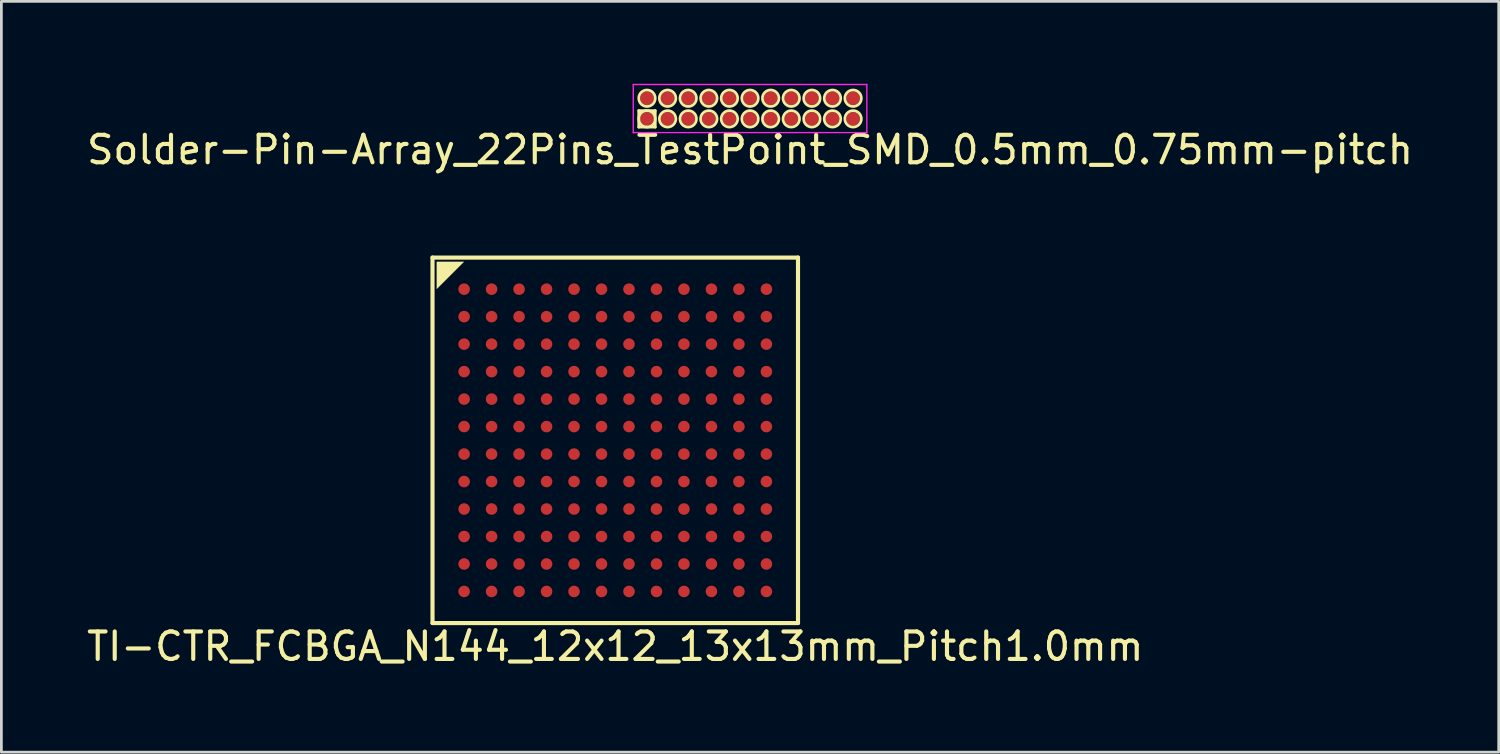
<source format=kicad_pcb>
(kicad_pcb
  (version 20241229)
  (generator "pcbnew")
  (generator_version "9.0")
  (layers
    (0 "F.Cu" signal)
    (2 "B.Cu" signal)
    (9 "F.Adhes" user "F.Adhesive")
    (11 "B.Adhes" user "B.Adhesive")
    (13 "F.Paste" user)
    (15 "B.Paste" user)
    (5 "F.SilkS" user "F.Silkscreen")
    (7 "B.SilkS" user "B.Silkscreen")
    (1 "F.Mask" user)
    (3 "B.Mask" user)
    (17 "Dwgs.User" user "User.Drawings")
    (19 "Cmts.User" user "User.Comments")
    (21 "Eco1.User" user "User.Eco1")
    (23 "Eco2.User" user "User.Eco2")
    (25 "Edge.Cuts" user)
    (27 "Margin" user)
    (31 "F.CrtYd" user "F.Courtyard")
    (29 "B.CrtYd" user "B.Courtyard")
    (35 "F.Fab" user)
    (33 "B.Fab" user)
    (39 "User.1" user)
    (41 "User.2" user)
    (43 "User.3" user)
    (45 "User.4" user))
  (footprint "TI-CTR_FCBGA_N144_12x12_13x13mm_Pitch1.0mm"
    (layer "F.Cu")
    (at 19.339 12.973)
    (property "Reference" "TI-CTR_FCBGA_N144_12x12_13x13mm_Pitch1.0mm" (at 0 7.5 0) (layer "F.SilkS") (effects (font (size 1 1) (thickness 0.15))))
    (attr through_hole)
    (fp_line (start -6.65 -6.65) (end -6.65 6.65) (stroke (width 0.15) (type solid)) (layer "F.SilkS"))
    (fp_line (start -6.65 6.65) (end 6.65 6.65) (stroke (width 0.15) (type solid)) (layer "F.SilkS"))
    (fp_line (start 6.65 -6.65) (end -6.65 -6.65) (stroke (width 0.15) (type solid)) (layer "F.SilkS"))
    (fp_line (start 6.65 6.65) (end 6.65 -6.65) (stroke (width 0.15) (type solid)) (layer "F.SilkS"))
    (fp_poly (pts (xy -6.5 -6.5) (xy -5.5 -6.5) (xy -6.5 -5.5)) (stroke (width 0) (type solid)) (fill yes) (layer "F.SilkS"))
    (pad "A1" smd circle (at -5.5 -5.5) (size 0.42 0.42) (layers "F.Cu" "F.Mask" "F.Paste"))
    (pad "A2" smd circle (at -4.5 -5.5) (size 0.42 0.42) (layers "F.Cu" "F.Mask" "F.Paste"))
    (pad "A3" smd circle (at -3.5 -5.5) (size 0.42 0.42) (layers "F.Cu" "F.Mask" "F.Paste"))
    (pad "A4" smd circle (at -2.5 -5.5) (size 0.42 0.42) (layers "F.Cu" "F.Mask" "F.Paste"))
    (pad "A5" smd circle (at -1.5 -5.5) (size 0.42 0.42) (layers "F.Cu" "F.Mask" "F.Paste"))
    (pad "A6" smd circle (at -0.5 -5.5) (size 0.42 0.42) (layers "F.Cu" "F.Mask" "F.Paste"))
    (pad "A7" smd circle (at 0.5 -5.5) (size 0.42 0.42) (layers "F.Cu" "F.Mask" "F.Paste"))
    (pad "A8" smd circle (at 1.5 -5.5) (size 0.42 0.42) (layers "F.Cu" "F.Mask" "F.Paste"))
    (pad "A9" smd circle (at 2.5 -5.5) (size 0.42 0.42) (layers "F.Cu" "F.Mask" "F.Paste"))
    (pad "A10" smd circle (at 3.5 -5.5) (size 0.42 0.42) (layers "F.Cu" "F.Mask" "F.Paste"))
    (pad "A11" smd circle (at 4.5 -5.5) (size 0.42 0.42) (layers "F.Cu" "F.Mask" "F.Paste"))
    (pad "A12" smd circle (at 5.5 -5.5) (size 0.42 0.42) (layers "F.Cu" "F.Mask" "F.Paste"))
    (pad "B1" smd circle (at -5.5 -4.5) (size 0.42 0.42) (layers "F.Cu" "F.Mask" "F.Paste"))
    (pad "B2" smd circle (at -4.5 -4.5) (size 0.42 0.42) (layers "F.Cu" "F.Mask" "F.Paste"))
    (pad "B3" smd circle (at -3.5 -4.5) (size 0.42 0.42) (layers "F.Cu" "F.Mask" "F.Paste"))
    (pad "B4" smd circle (at -2.5 -4.5) (size 0.42 0.42) (layers "F.Cu" "F.Mask" "F.Paste"))
    (pad "B5" smd circle (at -1.5 -4.5) (size 0.42 0.42) (layers "F.Cu" "F.Mask" "F.Paste"))
    (pad "B6" smd circle (at -0.5 -4.5) (size 0.42 0.42) (layers "F.Cu" "F.Mask" "F.Paste"))
    (pad "B7" smd circle (at 0.5 -4.5) (size 0.42 0.42) (layers "F.Cu" "F.Mask" "F.Paste"))
    (pad "B8" smd circle (at 1.5 -4.5) (size 0.42 0.42) (layers "F.Cu" "F.Mask" "F.Paste"))
    (pad "B9" smd circle (at 2.5 -4.5) (size 0.42 0.42) (layers "F.Cu" "F.Mask" "F.Paste"))
    (pad "B10" smd circle (at 3.5 -4.5) (size 0.42 0.42) (layers "F.Cu" "F.Mask" "F.Paste"))
    (pad "B11" smd circle (at 4.5 -4.5) (size 0.42 0.42) (layers "F.Cu" "F.Mask" "F.Paste"))
    (pad "B12" smd circle (at 5.5 -4.5) (size 0.42 0.42) (layers "F.Cu" "F.Mask" "F.Paste"))
    (pad "C1" smd circle (at -5.5 -3.5) (size 0.42 0.42) (layers "F.Cu" "F.Mask" "F.Paste"))
    (pad "C2" smd circle (at -4.5 -3.5) (size 0.42 0.42) (layers "F.Cu" "F.Mask" "F.Paste"))
    (pad "C3" smd circle (at -3.5 -3.5) (size 0.42 0.42) (layers "F.Cu" "F.Mask" "F.Paste"))
    (pad "C4" smd circle (at -2.5 -3.5) (size 0.42 0.42) (layers "F.Cu" "F.Mask" "F.Paste"))
    (pad "C5" smd circle (at -1.5 -3.5) (size 0.42 0.42) (layers "F.Cu" "F.Mask" "F.Paste"))
    (pad "C6" smd circle (at -0.5 -3.5) (size 0.42 0.42) (layers "F.Cu" "F.Mask" "F.Paste"))
    (pad "C7" smd circle (at 0.5 -3.5) (size 0.42 0.42) (layers "F.Cu" "F.Mask" "F.Paste"))
    (pad "C8" smd circle (at 1.5 -3.5) (size 0.42 0.42) (layers "F.Cu" "F.Mask" "F.Paste"))
    (pad "C9" smd circle (at 2.5 -3.5) (size 0.42 0.42) (layers "F.Cu" "F.Mask" "F.Paste"))
    (pad "C10" smd circle (at 3.5 -3.5) (size 0.42 0.42) (layers "F.Cu" "F.Mask" "F.Paste"))
    (pad "C11" smd circle (at 4.5 -3.5) (size 0.42 0.42) (layers "F.Cu" "F.Mask" "F.Paste"))
    (pad "C12" smd circle (at 5.5 -3.5) (size 0.42 0.42) (layers "F.Cu" "F.Mask" "F.Paste"))
    (pad "D1" smd circle (at -5.5 -2.5) (size 0.42 0.42) (layers "F.Cu" "F.Mask" "F.Paste"))
    (pad "D2" smd circle (at -4.5 -2.5) (size 0.42 0.42) (layers "F.Cu" "F.Mask" "F.Paste"))
    (pad "D3" smd circle (at -3.5 -2.5) (size 0.42 0.42) (layers "F.Cu" "F.Mask" "F.Paste"))
    (pad "D4" smd circle (at -2.5 -2.5) (size 0.42 0.42) (layers "F.Cu" "F.Mask" "F.Paste"))
    (pad "D5" smd circle (at -1.5 -2.5) (size 0.42 0.42) (layers "F.Cu" "F.Mask" "F.Paste"))
    (pad "D6" smd circle (at -0.5 -2.5) (size 0.42 0.42) (layers "F.Cu" "F.Mask" "F.Paste"))
    (pad "D7" smd circle (at 0.5 -2.5) (size 0.42 0.42) (layers "F.Cu" "F.Mask" "F.Paste"))
    (pad "D8" smd circle (at 1.5 -2.5) (size 0.42 0.42) (layers "F.Cu" "F.Mask" "F.Paste"))
    (pad "D9" smd circle (at 2.5 -2.5) (size 0.42 0.42) (layers "F.Cu" "F.Mask" "F.Paste"))
    (pad "D10" smd circle (at 3.5 -2.5) (size 0.42 0.42) (layers "F.Cu" "F.Mask" "F.Paste"))
    (pad "D11" smd circle (at 4.5 -2.5) (size 0.42 0.42) (layers "F.Cu" "F.Mask" "F.Paste"))
    (pad "D12" smd circle (at 5.5 -2.5) (size 0.42 0.42) (layers "F.Cu" "F.Mask" "F.Paste"))
    (pad "E1" smd circle (at -5.5 -1.5) (size 0.42 0.42) (layers "F.Cu" "F.Mask" "F.Paste"))
    (pad "E2" smd circle (at -4.5 -1.5) (size 0.42 0.42) (layers "F.Cu" "F.Mask" "F.Paste"))
    (pad "E3" smd circle (at -3.5 -1.5) (size 0.42 0.42) (layers "F.Cu" "F.Mask" "F.Paste"))
    (pad "E4" smd circle (at -2.5 -1.5) (size 0.42 0.42) (layers "F.Cu" "F.Mask" "F.Paste"))
    (pad "E5" smd circle (at -1.5 -1.5) (size 0.42 0.42) (layers "F.Cu" "F.Mask" "F.Paste"))
    (pad "E6" smd circle (at -0.5 -1.5) (size 0.42 0.42) (layers "F.Cu" "F.Mask" "F.Paste"))
    (pad "E7" smd circle (at 0.5 -1.5) (size 0.42 0.42) (layers "F.Cu" "F.Mask" "F.Paste"))
    (pad "E8" smd circle (at 1.5 -1.5) (size 0.42 0.42) (layers "F.Cu" "F.Mask" "F.Paste"))
    (pad "E9" smd circle (at 2.5 -1.5) (size 0.42 0.42) (layers "F.Cu" "F.Mask" "F.Paste"))
    (pad "E10" smd circle (at 3.5 -1.5) (size 0.42 0.42) (layers "F.Cu" "F.Mask" "F.Paste"))
    (pad "E11" smd circle (at 4.5 -1.5) (size 0.42 0.42) (layers "F.Cu" "F.Mask" "F.Paste"))
    (pad "E12" smd circle (at 5.5 -1.5) (size 0.42 0.42) (layers "F.Cu" "F.Mask" "F.Paste"))
    (pad "F1" smd circle (at -5.5 -0.5) (size 0.42 0.42) (layers "F.Cu" "F.Mask" "F.Paste"))
    (pad "F2" smd circle (at -4.5 -0.5) (size 0.42 0.42) (layers "F.Cu" "F.Mask" "F.Paste"))
    (pad "F3" smd circle (at -3.5 -0.5) (size 0.42 0.42) (layers "F.Cu" "F.Mask" "F.Paste"))
    (pad "F4" smd circle (at -2.5 -0.5) (size 0.42 0.42) (layers "F.Cu" "F.Mask" "F.Paste"))
    (pad "F5" smd circle (at -1.5 -0.5) (size 0.42 0.42) (layers "F.Cu" "F.Mask" "F.Paste"))
    (pad "F6" smd circle (at -0.5 -0.5) (size 0.42 0.42) (layers "F.Cu" "F.Mask" "F.Paste"))
    (pad "F7" smd circle (at 0.5 -0.5) (size 0.42 0.42) (layers "F.Cu" "F.Mask" "F.Paste"))
    (pad "F8" smd circle (at 1.5 -0.5) (size 0.42 0.42) (layers "F.Cu" "F.Mask" "F.Paste"))
    (pad "F9" smd circle (at 2.5 -0.5) (size 0.42 0.42) (layers "F.Cu" "F.Mask" "F.Paste"))
    (pad "F10" smd circle (at 3.5 -0.5) (size 0.42 0.42) (layers "F.Cu" "F.Mask" "F.Paste"))
    (pad "F11" smd circle (at 4.5 -0.5) (size 0.42 0.42) (layers "F.Cu" "F.Mask" "F.Paste"))
    (pad "F12" smd circle (at 5.5 -0.5) (size 0.42 0.42) (layers "F.Cu" "F.Mask" "F.Paste"))
    (pad "G1" smd circle (at -5.5 0.5) (size 0.42 0.42) (layers "F.Cu" "F.Mask" "F.Paste"))
    (pad "G2" smd circle (at -4.5 0.5) (size 0.42 0.42) (layers "F.Cu" "F.Mask" "F.Paste"))
    (pad "G3" smd circle (at -3.5 0.5) (size 0.42 0.42) (layers "F.Cu" "F.Mask" "F.Paste"))
    (pad "G4" smd circle (at -2.5 0.5) (size 0.42 0.42) (layers "F.Cu" "F.Mask" "F.Paste"))
    (pad "G5" smd circle (at -1.5 0.5) (size 0.42 0.42) (layers "F.Cu" "F.Mask" "F.Paste"))
    (pad "G6" smd circle (at -0.5 0.5) (size 0.42 0.42) (layers "F.Cu" "F.Mask" "F.Paste"))
    (pad "G7" smd circle (at 0.5 0.5) (size 0.42 0.42) (layers "F.Cu" "F.Mask" "F.Paste"))
    (pad "G8" smd circle (at 1.5 0.5) (size 0.42 0.42) (layers "F.Cu" "F.Mask" "F.Paste"))
    (pad "G9" smd circle (at 2.5 0.5) (size 0.42 0.42) (layers "F.Cu" "F.Mask" "F.Paste"))
    (pad "G10" smd circle (at 3.5 0.5) (size 0.42 0.42) (layers "F.Cu" "F.Mask" "F.Paste"))
    (pad "G11" smd circle (at 4.5 0.5) (size 0.42 0.42) (layers "F.Cu" "F.Mask" "F.Paste"))
    (pad "G12" smd circle (at 5.5 0.5) (size 0.42 0.42) (layers "F.Cu" "F.Mask" "F.Paste"))
    (pad "H1" smd circle (at -5.5 1.5) (size 0.42 0.42) (layers "F.Cu" "F.Mask" "F.Paste"))
    (pad "H2" smd circle (at -4.5 1.5) (size 0.42 0.42) (layers "F.Cu" "F.Mask" "F.Paste"))
    (pad "H3" smd circle (at -3.5 1.5) (size 0.42 0.42) (layers "F.Cu" "F.Mask" "F.Paste"))
    (pad "H4" smd circle (at -2.5 1.5) (size 0.42 0.42) (layers "F.Cu" "F.Mask" "F.Paste"))
    (pad "H5" smd circle (at -1.5 1.5) (size 0.42 0.42) (layers "F.Cu" "F.Mask" "F.Paste"))
    (pad "H6" smd circle (at -0.5 1.5) (size 0.42 0.42) (layers "F.Cu" "F.Mask" "F.Paste"))
    (pad "H7" smd circle (at 0.5 1.5) (size 0.42 0.42) (layers "F.Cu" "F.Mask" "F.Paste"))
    (pad "H8" smd circle (at 1.5 1.5) (size 0.42 0.42) (layers "F.Cu" "F.Mask" "F.Paste"))
    (pad "H9" smd circle (at 2.5 1.5) (size 0.42 0.42) (layers "F.Cu" "F.Mask" "F.Paste"))
    (pad "H10" smd circle (at 3.5 1.5) (size 0.42 0.42) (layers "F.Cu" "F.Mask" "F.Paste"))
    (pad "H11" smd circle (at 4.5 1.5) (size 0.42 0.42) (layers "F.Cu" "F.Mask" "F.Paste"))
    (pad "H12" smd circle (at 5.5 1.5) (size 0.42 0.42) (layers "F.Cu" "F.Mask" "F.Paste"))
    (pad "J1" smd circle (at -5.5 2.5) (size 0.42 0.42) (layers "F.Cu" "F.Mask" "F.Paste"))
    (pad "J2" smd circle (at -4.5 2.5) (size 0.42 0.42) (layers "F.Cu" "F.Mask" "F.Paste"))
    (pad "J3" smd circle (at -3.5 2.5) (size 0.42 0.42) (layers "F.Cu" "F.Mask" "F.Paste"))
    (pad "J4" smd circle (at -2.5 2.5) (size 0.42 0.42) (layers "F.Cu" "F.Mask" "F.Paste"))
    (pad "J5" smd circle (at -1.5 2.5) (size 0.42 0.42) (layers "F.Cu" "F.Mask" "F.Paste"))
    (pad "J6" smd circle (at -0.5 2.5) (size 0.42 0.42) (layers "F.Cu" "F.Mask" "F.Paste"))
    (pad "J7" smd circle (at 0.5 2.5) (size 0.42 0.42) (layers "F.Cu" "F.Mask" "F.Paste"))
    (pad "J8" smd circle (at 1.5 2.5) (size 0.42 0.42) (layers "F.Cu" "F.Mask" "F.Paste"))
    (pad "J9" smd circle (at 2.5 2.5) (size 0.42 0.42) (layers "F.Cu" "F.Mask" "F.Paste"))
    (pad "J10" smd circle (at 3.5 2.5) (size 0.42 0.42) (layers "F.Cu" "F.Mask" "F.Paste"))
    (pad "J11" smd circle (at 4.5 2.5) (size 0.42 0.42) (layers "F.Cu" "F.Mask" "F.Paste"))
    (pad "J12" smd circle (at 5.5 2.5) (size 0.42 0.42) (layers "F.Cu" "F.Mask" "F.Paste"))
    (pad "K1" smd circle (at -5.5 3.5) (size 0.42 0.42) (layers "F.Cu" "F.Mask" "F.Paste"))
    (pad "K2" smd circle (at -4.5 3.5) (size 0.42 0.42) (layers "F.Cu" "F.Mask" "F.Paste"))
    (pad "K3" smd circle (at -3.5 3.5) (size 0.42 0.42) (layers "F.Cu" "F.Mask" "F.Paste"))
    (pad "K4" smd circle (at -2.5 3.5) (size 0.42 0.42) (layers "F.Cu" "F.Mask" "F.Paste"))
    (pad "K5" smd circle (at -1.5 3.5) (size 0.42 0.42) (layers "F.Cu" "F.Mask" "F.Paste"))
    (pad "K6" smd circle (at -0.5 3.5) (size 0.42 0.42) (layers "F.Cu" "F.Mask" "F.Paste"))
    (pad "K7" smd circle (at 0.5 3.5) (size 0.42 0.42) (layers "F.Cu" "F.Mask" "F.Paste"))
    (pad "K8" smd circle (at 1.5 3.5) (size 0.42 0.42) (layers "F.Cu" "F.Mask" "F.Paste"))
    (pad "K9" smd circle (at 2.5 3.5) (size 0.42 0.42) (layers "F.Cu" "F.Mask" "F.Paste"))
    (pad "K10" smd circle (at 3.5 3.5) (size 0.42 0.42) (layers "F.Cu" "F.Mask" "F.Paste"))
    (pad "K11" smd circle (at 4.5 3.5) (size 0.42 0.42) (layers "F.Cu" "F.Mask" "F.Paste"))
    (pad "K12" smd circle (at 5.5 3.5) (size 0.42 0.42) (layers "F.Cu" "F.Mask" "F.Paste"))
    (pad "L1" smd circle (at -5.5 4.5) (size 0.42 0.42) (layers "F.Cu" "F.Mask" "F.Paste"))
    (pad "L2" smd circle (at -4.5 4.5) (size 0.42 0.42) (layers "F.Cu" "F.Mask" "F.Paste"))
    (pad "L3" smd circle (at -3.5 4.5) (size 0.42 0.42) (layers "F.Cu" "F.Mask" "F.Paste"))
    (pad "L4" smd circle (at -2.5 4.5) (size 0.42 0.42) (layers "F.Cu" "F.Mask" "F.Paste"))
    (pad "L5" smd circle (at -1.5 4.5) (size 0.42 0.42) (layers "F.Cu" "F.Mask" "F.Paste"))
    (pad "L6" smd circle (at -0.5 4.5) (size 0.42 0.42) (layers "F.Cu" "F.Mask" "F.Paste"))
    (pad "L7" smd circle (at 0.5 4.5) (size 0.42 0.42) (layers "F.Cu" "F.Mask" "F.Paste"))
    (pad "L8" smd circle (at 1.5 4.5) (size 0.42 0.42) (layers "F.Cu" "F.Mask" "F.Paste"))
    (pad "L9" smd circle (at 2.5 4.5) (size 0.42 0.42) (layers "F.Cu" "F.Mask" "F.Paste"))
    (pad "L10" smd circle (at 3.5 4.5) (size 0.42 0.42) (layers "F.Cu" "F.Mask" "F.Paste"))
    (pad "L11" smd circle (at 4.5 4.5) (size 0.42 0.42) (layers "F.Cu" "F.Mask" "F.Paste"))
    (pad "L12" smd circle (at 5.5 4.5) (size 0.42 0.42) (layers "F.Cu" "F.Mask" "F.Paste"))
    (pad "M1" smd circle (at -5.5 5.5) (size 0.42 0.42) (layers "F.Cu" "F.Mask" "F.Paste"))
    (pad "M2" smd circle (at -4.5 5.5) (size 0.42 0.42) (layers "F.Cu" "F.Mask" "F.Paste"))
    (pad "M3" smd circle (at -3.5 5.5) (size 0.42 0.42) (layers "F.Cu" "F.Mask" "F.Paste"))
    (pad "M4" smd circle (at -2.5 5.5) (size 0.42 0.42) (layers "F.Cu" "F.Mask" "F.Paste"))
    (pad "M5" smd circle (at -1.5 5.5) (size 0.42 0.42) (layers "F.Cu" "F.Mask" "F.Paste"))
    (pad "M6" smd circle (at -0.5 5.5) (size 0.42 0.42) (layers "F.Cu" "F.Mask" "F.Paste"))
    (pad "M7" smd circle (at 0.5 5.5) (size 0.42 0.42) (layers "F.Cu" "F.Mask" "F.Paste"))
    (pad "M8" smd circle (at 1.5 5.5) (size 0.42 0.42) (layers "F.Cu" "F.Mask" "F.Paste"))
    (pad "M9" smd circle (at 2.5 5.5) (size 0.42 0.42) (layers "F.Cu" "F.Mask" "F.Paste"))
    (pad "M10" smd circle (at 3.5 5.5) (size 0.42 0.42) (layers "F.Cu" "F.Mask" "F.Paste"))
    (pad "M11" smd circle (at 4.5 5.5) (size 0.42 0.42) (layers "F.Cu" "F.Mask" "F.Paste"))
    (pad "M12" smd circle (at 5.5 5.5) (size 0.42 0.42) (layers "F.Cu" "F.Mask" "F.Paste")))
  (footprint "Solder-Pin-Array_22Pins_TestPoint_SMD_0.5mm_0.75mm-pitch"
    (layer "F.Cu")
    (at 24.244 0.9)
    (property "Reference" "Solder-Pin-Array_22Pins_TestPoint_SMD_0.5mm_0.75mm-pitch" (at 0 1.5 0) (layer "F.SilkS") (effects (font (size 1 1) (thickness 0.15))))
    (attr through_hole)
    (fp_line (start -4.05 0.075) (end -3.45 0.075) (stroke (width 0.1) (type solid)) (layer "F.SilkS"))
    (fp_line (start -4.05 0.675) (end -4.05 0.075) (stroke (width 0.1) (type solid)) (layer "F.SilkS"))
    (fp_line (start -3.45 0.075) (end -3.45 0.675) (stroke (width 0.1) (type solid)) (layer "F.SilkS"))
    (fp_line (start -3.45 0.675) (end -4.05 0.675) (stroke (width 0.1) (type solid)) (layer "F.SilkS"))
    (fp_circle (center -3.75 -0.375) (end -3.45 -0.375) (stroke (width 0.1) (type solid)) (fill no) (layer "F.SilkS"))
    (fp_circle (center -3.75 0.375) (end -3.45 0.375) (stroke (width 0.1) (type solid)) (fill no) (layer "F.SilkS"))
    (fp_circle (center -3 -0.375) (end -2.7 -0.375) (stroke (width 0.1) (type solid)) (fill no) (layer "F.SilkS"))
    (fp_circle (center -3 0.375) (end -2.7 0.375) (stroke (width 0.1) (type solid)) (fill no) (layer "F.SilkS"))
    (fp_circle (center -2.25 -0.375) (end -1.95 -0.375) (stroke (width 0.1) (type solid)) (fill no) (layer "F.SilkS"))
    (fp_circle (center -2.25 0.375) (end -1.95 0.375) (stroke (width 0.1) (type solid)) (fill no) (layer "F.SilkS"))
    (fp_circle (center -1.5 -0.375) (end -1.2 -0.375) (stroke (width 0.1) (type solid)) (fill no) (layer "F.SilkS"))
    (fp_circle (center -1.5 0.375) (end -1.2 0.375) (stroke (width 0.1) (type solid)) (fill no) (layer "F.SilkS"))
    (fp_circle (center -0.75 -0.375) (end -0.45 -0.375) (stroke (width 0.1) (type solid)) (fill no) (layer "F.SilkS"))
    (fp_circle (center -0.75 0.375) (end -0.45 0.375) (stroke (width 0.1) (type solid)) (fill no) (layer "F.SilkS"))
    (fp_circle (center 0 -0.375) (end 0.3 -0.375) (stroke (width 0.1) (type solid)) (fill no) (layer "F.SilkS"))
    (fp_circle (center 0 0.375) (end 0.3 0.375) (stroke (width 0.1) (type solid)) (fill no) (layer "F.SilkS"))
    (fp_circle (center 0.75 -0.375) (end 1.05 -0.375) (stroke (width 0.1) (type solid)) (fill no) (layer "F.SilkS"))
    (fp_circle (center 0.75 0.375) (end 1.05 0.375) (stroke (width 0.1) (type solid)) (fill no) (layer "F.SilkS"))
    (fp_circle (center 1.5 -0.375) (end 1.8 -0.375) (stroke (width 0.1) (type solid)) (fill no) (layer "F.SilkS"))
    (fp_circle (center 1.5 0.375) (end 1.8 0.375) (stroke (width 0.1) (type solid)) (fill no) (layer "F.SilkS"))
    (fp_circle (center 2.25 -0.375) (end 2.55 -0.375) (stroke (width 0.1) (type solid)) (fill no) (layer "F.SilkS"))
    (fp_circle (center 2.25 0.375) (end 2.55 0.375) (stroke (width 0.1) (type solid)) (fill no) (layer "F.SilkS"))
    (fp_circle (center 3 -0.375) (end 3.3 -0.375) (stroke (width 0.1) (type solid)) (fill no) (layer "F.SilkS"))
    (fp_circle (center 3 0.375) (end 3.3 0.375) (stroke (width 0.1) (type solid)) (fill no) (layer "F.SilkS"))
    (fp_circle (center 3.75 -0.375) (end 4.05 -0.375) (stroke (width 0.1) (type solid)) (fill no) (layer "F.SilkS"))
    (fp_circle (center 3.75 0.375) (end 4.05 0.375) (stroke (width 0.1) (type solid)) (fill no) (layer "F.SilkS"))
    (fp_line (start -4.25 -0.875) (end -4.25 0.875) (stroke (width 0.05) (type solid)) (layer "F.CrtYd"))
    (fp_line (start -4.25 0.875) (end 4.25 0.875) (stroke (width 0.05) (type solid)) (layer "F.CrtYd"))
    (fp_line (start 4.25 -0.875) (end -4.25 -0.875) (stroke (width 0.05) (type solid)) (layer "F.CrtYd"))
    (fp_line (start 4.25 0.875) (end 4.25 -0.875) (stroke (width 0.05) (type solid)) (layer "F.CrtYd"))
    (pad "1" smd circle (at -3.75 0.375) (size 0.5 0.5) (layers "F.Cu" "F.Mask" "F.Paste"))
    (pad "2" smd circle (at -3.75 -0.375) (size 0.5 0.5) (layers "F.Cu" "F.Mask" "F.Paste"))
    (pad "3" smd circle (at -3 0.375) (size 0.5 0.5) (layers "F.Cu" "F.Mask" "F.Paste"))
    (pad "4" smd circle (at -3 -0.375) (size 0.5 0.5) (layers "F.Cu" "F.Mask" "F.Paste"))
    (pad "5" smd circle (at -2.25 0.375) (size 0.5 0.5) (layers "F.Cu" "F.Mask" "F.Paste"))
    (pad "6" smd circle (at -2.25 -0.375) (size 0.5 0.5) (layers "F.Cu" "F.Mask" "F.Paste"))
    (pad "7" smd circle (at -1.5 0.375) (size 0.5 0.5) (layers "F.Cu" "F.Mask" "F.Paste"))
    (pad "8" smd circle (at -1.5 -0.375) (size 0.5 0.5) (layers "F.Cu" "F.Mask" "F.Paste"))
    (pad "9" smd circle (at -0.75 0.375) (size 0.5 0.5) (layers "F.Cu" "F.Mask" "F.Paste"))
    (pad "10" smd circle (at -0.75 -0.375) (size 0.5 0.5) (layers "F.Cu" "F.Mask" "F.Paste"))
    (pad "11" smd circle (at 0 0.375) (size 0.5 0.5) (layers "F.Cu" "F.Mask" "F.Paste"))
    (pad "12" smd circle (at 0 -0.375) (size 0.5 0.5) (layers "F.Cu" "F.Mask" "F.Paste"))
    (pad "13" smd circle (at 0.75 0.375) (size 0.5 0.5) (layers "F.Cu" "F.Mask" "F.Paste"))
    (pad "14" smd circle (at 0.75 -0.375) (size 0.5 0.5) (layers "F.Cu" "F.Mask" "F.Paste"))
    (pad "15" smd circle (at 1.5 0.375) (size 0.5 0.5) (layers "F.Cu" "F.Mask" "F.Paste"))
    (pad "16" smd circle (at 1.5 -0.375) (size 0.5 0.5) (layers "F.Cu" "F.Mask" "F.Paste"))
    (pad "17" smd circle (at 2.25 0.375) (size 0.5 0.5) (layers "F.Cu" "F.Mask" "F.Paste"))
    (pad "18" smd circle (at 2.25 -0.375) (size 0.5 0.5) (layers "F.Cu" "F.Mask" "F.Paste"))
    (pad "19" smd circle (at 3 0.375) (size 0.5 0.5) (layers "F.Cu" "F.Mask" "F.Paste"))
    (pad "20" smd circle (at 3 -0.375) (size 0.5 0.5) (layers "F.Cu" "F.Mask" "F.Paste"))
    (pad "21" smd circle (at 3.75 0.375) (size 0.5 0.5) (layers "F.Cu" "F.Mask" "F.Paste"))
    (pad "22" smd circle (at 3.75 -0.375) (size 0.5 0.5) (layers "F.Cu" "F.Mask" "F.Paste")))
  (gr_rect
    (start -3 -3)
    (end 51.488 24.322)
    (stroke (width 0.1) (type default))
    (fill no)
    (layer "Edge.Cuts")))
</source>
